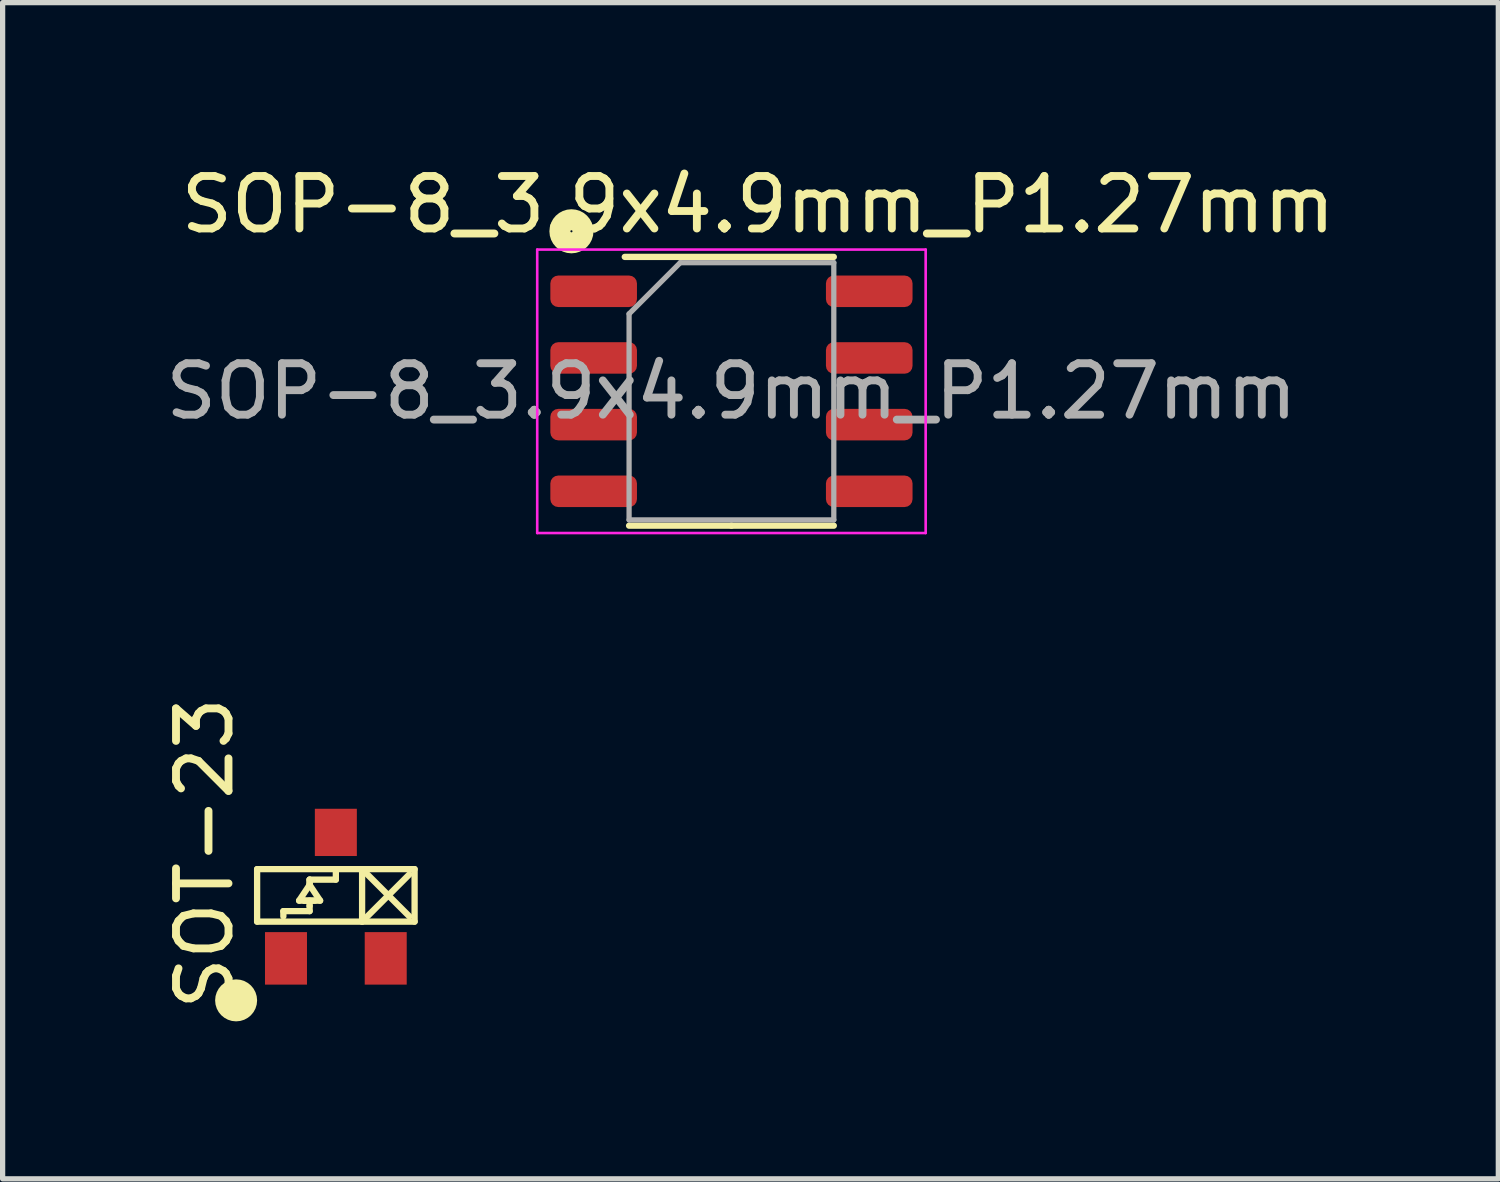
<source format=kicad_pcb>
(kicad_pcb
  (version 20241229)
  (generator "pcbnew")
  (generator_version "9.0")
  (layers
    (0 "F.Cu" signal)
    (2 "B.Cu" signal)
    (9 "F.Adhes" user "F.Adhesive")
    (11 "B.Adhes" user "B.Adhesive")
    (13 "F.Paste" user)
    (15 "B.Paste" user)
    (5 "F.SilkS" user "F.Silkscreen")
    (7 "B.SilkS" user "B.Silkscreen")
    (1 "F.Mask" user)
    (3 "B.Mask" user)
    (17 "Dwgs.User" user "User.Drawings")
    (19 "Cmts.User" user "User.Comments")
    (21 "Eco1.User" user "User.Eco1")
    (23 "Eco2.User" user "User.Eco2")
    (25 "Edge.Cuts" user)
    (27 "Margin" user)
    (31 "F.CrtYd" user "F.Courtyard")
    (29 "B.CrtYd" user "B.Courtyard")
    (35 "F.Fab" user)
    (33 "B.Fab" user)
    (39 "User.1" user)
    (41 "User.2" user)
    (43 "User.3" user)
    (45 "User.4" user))
  (footprint "SOT-23"
    (layer "F.Cu")
    (at 3.348 13.007)
    (property "Reference" "SOT-23" (at -2.5 0.2 90) (layer "F.SilkS") (effects (font (size 1 1) (thickness 0.15))))
    (attr through_hole)
    (fp_line (start -1.5 0.5) (end -1.5 1.5) (stroke (width 0.12) (type solid)) (layer "F.SilkS"))
    (fp_line (start -1.5 1.5) (end 1.5 1.5) (stroke (width 0.12) (type solid)) (layer "F.SilkS"))
    (fp_line (start -1 1.3) (end -0.5 1.3) (stroke (width 0.12) (type solid)) (layer "F.SilkS"))
    (fp_line (start -1 1.4) (end -1 1.3) (stroke (width 0.12) (type solid)) (layer "F.SilkS"))
    (fp_line (start -0.7 1.1) (end -0.6 1.1) (stroke (width 0.12) (type solid)) (layer "F.SilkS"))
    (fp_line (start -0.6 1.1) (end -0.4 1.1) (stroke (width 0.12) (type solid)) (layer "F.SilkS"))
    (fp_line (start -0.6 1.1) (end -0.3 1.1) (stroke (width 0.12) (type solid)) (layer "F.SilkS"))
    (fp_line (start -0.5 0.7) (end -0.5 0.8) (stroke (width 0.12) (type solid)) (layer "F.SilkS"))
    (fp_line (start -0.5 0.7) (end 0 0.7) (stroke (width 0.12) (type solid)) (layer "F.SilkS"))
    (fp_line (start -0.5 0.8) (end -0.7 1.1) (stroke (width 0.12) (type solid)) (layer "F.SilkS"))
    (fp_line (start -0.5 0.8) (end -0.5 0.7) (stroke (width 0.12) (type solid)) (layer "F.SilkS"))
    (fp_line (start -0.5 1.2) (end -0.5 1.1) (stroke (width 0.12) (type solid)) (layer "F.SilkS"))
    (fp_line (start -0.5 1.3) (end -0.5 1.2) (stroke (width 0.12) (type solid)) (layer "F.SilkS"))
    (fp_line (start -0.3 1.1) (end -0.5 0.8) (stroke (width 0.12) (type solid)) (layer "F.SilkS"))
    (fp_line (start 0 0.7) (end 0 0.5) (stroke (width 0.12) (type solid)) (layer "F.SilkS"))
    (fp_line (start 0.5 0.5) (end 0.5 1.5) (stroke (width 0.12) (type solid)) (layer "F.SilkS"))
    (fp_line (start 0.5 0.5) (end 1.4 1.4) (stroke (width 0.12) (type solid)) (layer "F.SilkS"))
    (fp_line (start 0.5 1.5) (end 1.4 0.6) (stroke (width 0.12) (type solid)) (layer "F.SilkS"))
    (fp_line (start 1.5 0.5) (end -1.5 0.5) (stroke (width 0.12) (type solid)) (layer "F.SilkS"))
    (fp_line (start 1.5 1.5) (end 1.5 0.5) (stroke (width 0.12) (type solid)) (layer "F.SilkS"))
    (fp_circle (center -1.9 3) (end -1.7 3) (stroke (width 0.4) (type solid)) (fill no) (layer "F.SilkS"))
    (pad "1" smd rect (at -0.95 2.2) (size 0.8 1) (layers "F.Cu" "F.Mask" "F.Paste"))
    (pad "2" smd rect (at 0.95 2.2) (size 0.8 1) (layers "F.Cu" "F.Mask" "F.Paste"))
    (pad "3" smd rect (at 0 -0.2) (size 0.8 0.9) (layers "F.Cu" "F.Mask" "F.Paste")))
  (footprint "SOP-8_3.9x4.9mm_P1.27mm"
    (layer "F.Cu")
    (at 10.884 4.404)
    (property "Reference" "SOP-8_3.9x4.9mm_P1.27mm" (at 0.508 -3.556 0) (layer "F.SilkS") (effects (font (size 1 1) (thickness 0.15))))
    (attr smd)
    (fp_line (start -2.032 -2.56) (end 1.95 -2.56) (stroke (width 0.12) (type solid)) (layer "F.SilkS"))
    (fp_line (start 0 2.56) (end -1.95 2.56) (stroke (width 0.12) (type solid)) (layer "F.SilkS"))
    (fp_line (start 0 2.56) (end 1.95 2.56) (stroke (width 0.12) (type solid)) (layer "F.SilkS"))
    (fp_circle (center -3.048 -3.048) (end -2.828 -3.048) (stroke (width 0.4) (type solid)) (fill no) (layer "F.SilkS"))
    (fp_line (start -3.7 -2.7) (end -3.7 2.7) (stroke (width 0.05) (type solid)) (layer "F.CrtYd"))
    (fp_line (start -3.7 2.7) (end 3.7 2.7) (stroke (width 0.05) (type solid)) (layer "F.CrtYd"))
    (fp_line (start 3.7 -2.7) (end -3.7 -2.7) (stroke (width 0.05) (type solid)) (layer "F.CrtYd"))
    (fp_line (start 3.7 2.7) (end 3.7 -2.7) (stroke (width 0.05) (type solid)) (layer "F.CrtYd"))
    (fp_line (start -1.95 -1.475) (end -0.975 -2.45) (stroke (width 0.1) (type solid)) (layer "F.Fab"))
    (fp_line (start -1.95 2.45) (end -1.95 -1.475) (stroke (width 0.1) (type solid)) (layer "F.Fab"))
    (fp_line (start -0.975 -2.45) (end 1.95 -2.45) (stroke (width 0.1) (type solid)) (layer "F.Fab"))
    (fp_line (start 1.95 -2.45) (end 1.95 2.45) (stroke (width 0.1) (type solid)) (layer "F.Fab"))
    (fp_line (start 1.95 2.45) (end -1.95 2.45) (stroke (width 0.1) (type solid)) (layer "F.Fab"))
    (fp_text user "${REFERENCE}" (at 0 0 0) (layer "F.Fab") (effects (font (size 0.98 0.98) (thickness 0.15))))
    (pad "1" smd roundrect (at -2.625 -1.905) (size 1.65 0.6) (layers "F.Cu" "F.Mask" "F.Paste") (roundrect_rratio 0.25))
    (pad "2" smd roundrect (at -2.625 -0.635) (size 1.65 0.6) (layers "F.Cu" "F.Mask" "F.Paste") (roundrect_rratio 0.25))
    (pad "3" smd roundrect (at -2.625 0.635) (size 1.65 0.6) (layers "F.Cu" "F.Mask" "F.Paste") (roundrect_rratio 0.25))
    (pad "4" smd roundrect (at -2.625 1.905) (size 1.65 0.6) (layers "F.Cu" "F.Mask" "F.Paste") (roundrect_rratio 0.25))
    (pad "5" smd roundrect (at 2.625 1.905) (size 1.65 0.6) (layers "F.Cu" "F.Mask" "F.Paste") (roundrect_rratio 0.25))
    (pad "6" smd roundrect (at 2.625 0.635) (size 1.65 0.6) (layers "F.Cu" "F.Mask" "F.Paste") (roundrect_rratio 0.25))
    (pad "7" smd roundrect (at 2.625 -0.635) (size 1.65 0.6) (layers "F.Cu" "F.Mask" "F.Paste") (roundrect_rratio 0.25))
    (pad "8" smd roundrect (at 2.625 -1.905) (size 1.65 0.6) (layers "F.Cu" "F.Mask" "F.Paste") (roundrect_rratio 0.25)))
  (gr_rect
    (start -3 -3)
    (end 25.493 19.407)
    (stroke (width 0.1) (type default))
    (fill no)
    (layer "Edge.Cuts")))
</source>
